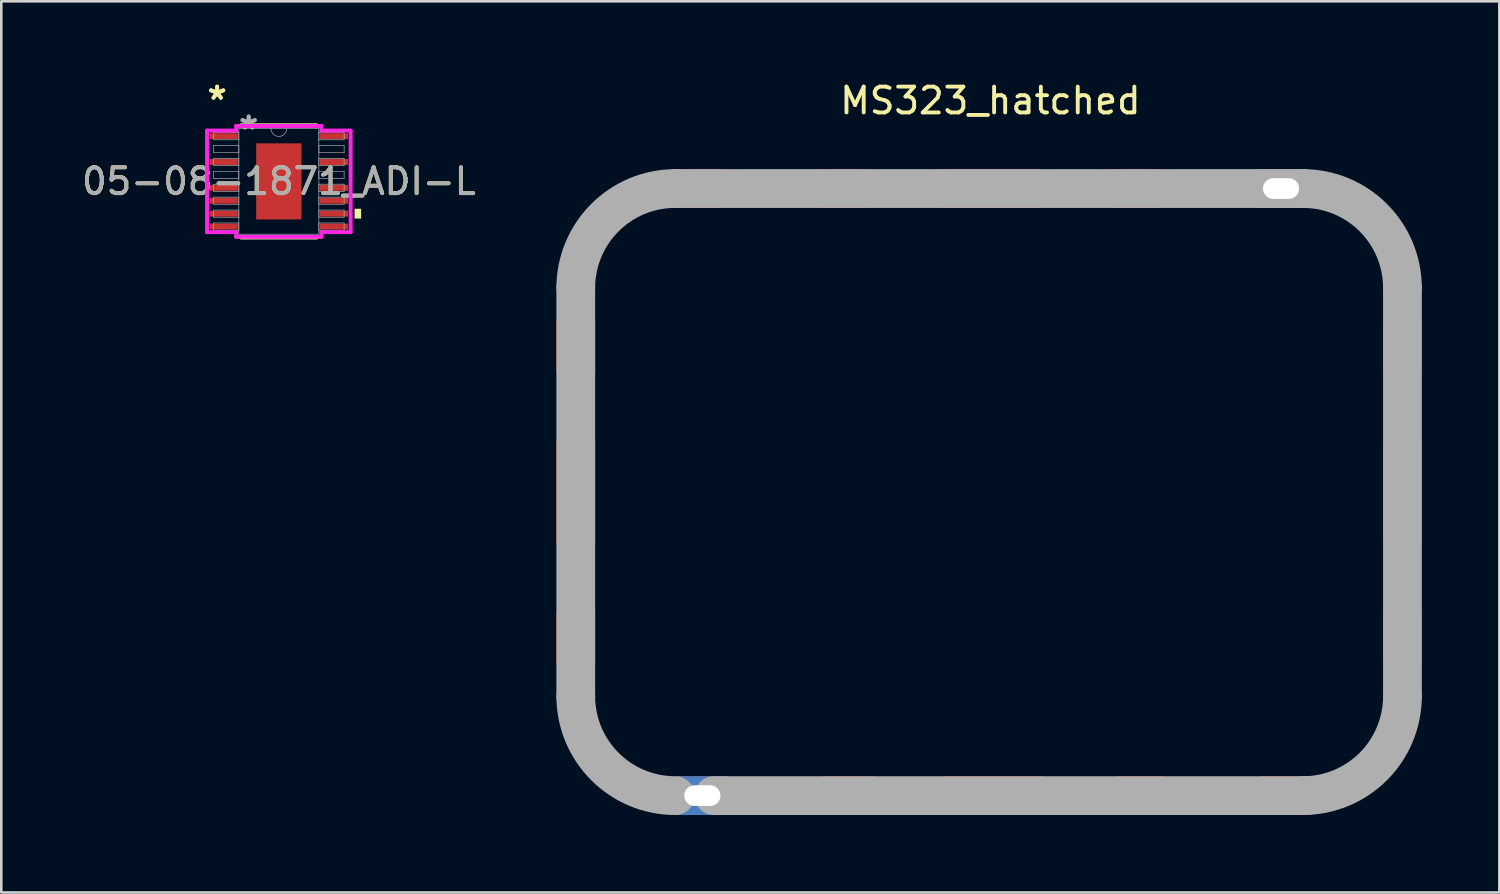
<source format=kicad_pcb>
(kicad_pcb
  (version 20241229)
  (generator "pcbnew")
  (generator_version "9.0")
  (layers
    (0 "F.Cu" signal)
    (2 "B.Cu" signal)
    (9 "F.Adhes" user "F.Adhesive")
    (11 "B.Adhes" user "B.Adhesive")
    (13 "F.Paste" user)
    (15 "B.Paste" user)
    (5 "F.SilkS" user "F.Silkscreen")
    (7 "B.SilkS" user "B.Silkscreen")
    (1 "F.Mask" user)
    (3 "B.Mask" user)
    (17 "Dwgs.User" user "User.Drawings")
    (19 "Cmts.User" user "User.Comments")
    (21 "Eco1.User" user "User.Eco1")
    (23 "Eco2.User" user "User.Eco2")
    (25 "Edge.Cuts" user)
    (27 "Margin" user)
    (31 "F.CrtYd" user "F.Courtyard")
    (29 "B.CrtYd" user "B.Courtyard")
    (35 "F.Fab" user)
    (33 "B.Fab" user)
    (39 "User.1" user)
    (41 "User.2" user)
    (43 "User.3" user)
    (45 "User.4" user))
  (footprint "MS323_hatched"
    (layer "F.Cu")
    (at 19.238 27.748)
    (property "Reference" "MS323_hatched" (at 16.05 -26.9 0) (layer "F.SilkS") (effects (font (size 1 1) (thickness 0.15))))
    (attr through_hole)
    (fp_line (start 0 -20) (end 0 -18.75) (stroke (width 0.12) (type solid)) (layer "F.SilkS"))
    (fp_line (start 0 -16.25) (end 0 -14) (stroke (width 0.12) (type solid)) (layer "F.SilkS"))
    (fp_line (start 0 -9.5) (end 0 -7.25) (stroke (width 0.12) (type solid)) (layer "F.SilkS"))
    (fp_line (start 0 -3.5) (end 0 -4.75) (stroke (width 0.12) (type solid)) (layer "F.SilkS"))
    (fp_line (start 9 -23.5) (end 6 -23.5) (stroke (width 0.12) (type solid)) (layer "F.SilkS"))
    (fp_line (start 9.25 0) (end 6.25 0) (stroke (width 0.12) (type solid)) (layer "F.SilkS"))
    (fp_line (start 13.75 -23.5) (end 11.5 -23.5) (stroke (width 0.12) (type solid)) (layer "F.SilkS"))
    (fp_line (start 14 0) (end 11.75 0) (stroke (width 0.12) (type solid)) (layer "F.SilkS"))
    (fp_line (start 20.5 -23.5) (end 18.25 -23.5) (stroke (width 0.12) (type solid)) (layer "F.SilkS"))
    (fp_line (start 20.75 0) (end 18.5 0) (stroke (width 0.12) (type solid)) (layer "F.SilkS"))
    (fp_line (start 23 -23.5) (end 26 -23.5) (stroke (width 0.12) (type solid)) (layer "F.SilkS"))
    (fp_line (start 23.25 0) (end 26.25 0) (stroke (width 0.12) (type solid)) (layer "F.SilkS"))
    (fp_line (start 32 -20) (end 32 -18.75) (stroke (width 0.12) (type solid)) (layer "F.SilkS"))
    (fp_line (start 32 -16.25) (end 32 -14) (stroke (width 0.12) (type solid)) (layer "F.SilkS"))
    (fp_line (start 32 -9.5) (end 32 -7.25) (stroke (width 0.12) (type solid)) (layer "F.SilkS"))
    (fp_line (start 32 -3.5) (end 32 -4.75) (stroke (width 0.12) (type solid)) (layer "F.SilkS"))
    (fp_arc (start 0 -20) (mid 1.025126 -22.474874) (end 3.5 -23.5) (stroke (width 0.12) (type solid)) (layer "F.SilkS"))
    (fp_arc (start 3.5 0) (mid 1.025126 -1.025126) (end 0 -3.5) (stroke (width 0.12) (type solid)) (layer "F.SilkS"))
    (fp_arc (start 28.5 -23.5) (mid 30.974874 -22.474874) (end 32 -20) (stroke (width 0.12) (type solid)) (layer "F.SilkS"))
    (fp_arc (start 32 -3.5) (mid 31.062209 -1.111878) (end 28.75 0) (stroke (width 0.12) (type solid)) (layer "F.SilkS"))
    (fp_line (start 0 -19.65) (end 0 -3.85) (stroke (width 1.5) (type solid)) (layer "F.Fab"))
    (fp_line (start 3.85 -23.5) (end 28.15 -23.5) (stroke (width 1.5) (type solid)) (layer "F.Fab"))
    (fp_line (start 5.35 0) (end 28.15 0) (stroke (width 1.5) (type solid)) (layer "F.Fab"))
    (fp_line (start 32 -3.85) (end 32 -19.65) (stroke (width 1.5) (type solid)) (layer "F.Fab"))
    (fp_arc (start 0 -19.65) (mid 1.127639 -22.372361) (end 3.85 -23.5) (stroke (width 1.5) (type solid)) (layer "F.Fab"))
    (fp_arc (start 3.85 0) (mid 1.127639 -1.127639) (end 0 -3.85) (stroke (width 1.5) (type solid)) (layer "F.Fab"))
    (fp_arc (start 28.15 -23.5) (mid 30.872361 -22.372361) (end 32 -19.65) (stroke (width 1.5) (type solid)) (layer "F.Fab"))
    (fp_arc (start 32 -3.85) (mid 30.872361 -1.127639) (end 28.15 0) (stroke (width 1.5) (type solid)) (layer "F.Fab"))
    (pad "1" smd rect (at 0 -17.4 90) (size 2 1.5) (layers "F.Cu" "F.Mask" "F.Paste"))
    (pad "1" smd rect (at 0 -11.75 90) (size 4 1.5) (layers "F.Cu" "F.Mask" "F.Paste"))
    (pad "1" smd rect (at 0 -6.1 90) (size 2 1.5) (layers "F.Cu" "F.Mask" "F.Paste"))
    (pad "1" smd rect (at 4.7 -23.5) (size 2 1.5) (layers "F.Cu" "F.Mask" "F.Paste"))
    (pad "1" thru_hole rect (at 4.9 0) (size 2 1.5) (drill oval 1.4 0.8) (layers "*.Cu" "F.Mask") (remove_unused_layers yes) (keep_end_layers yes) (zone_layer_connections))
    (pad "1" smd rect (at 10.35 -23.5) (size 2 1.5) (layers "F.Cu" "F.Mask" "F.Paste"))
    (pad "1" smd rect (at 10.55 0) (size 2 1.5) (layers "F.Cu" "F.Mask" "F.Paste"))
    (pad "1" smd rect (at 16 -23.5) (size 4 1.5) (layers "F.Cu" "F.Mask" "F.Paste"))
    (pad "1" smd rect (at 16.2 0) (size 4 1.5) (layers "F.Cu" "F.Mask" "F.Paste"))
    (pad "1" smd rect (at 21.65 -23.5) (size 2 1.5) (layers "F.Cu" "F.Mask" "F.Paste"))
    (pad "1" smd rect (at 21.85 0) (size 2 1.5) (layers "F.Cu" "F.Mask" "F.Paste"))
    (pad "1" thru_hole rect (at 27.3 -23.5) (size 2 1.5) (drill oval 1.4 0.8) (layers "*.Cu" "F.Mask") (remove_unused_layers yes) (keep_end_layers yes) (zone_layer_connections))
    (pad "1" smd rect (at 27.5 0) (size 2 1.5) (layers "F.Cu" "F.Mask" "F.Paste"))
    (pad "1" smd rect (at 32 -17.4 90) (size 2 1.5) (layers "F.Cu" "F.Mask" "F.Paste"))
    (pad "1" smd rect (at 32 -11.75 90) (size 4 1.5) (layers "F.Cu" "F.Mask" "F.Paste"))
    (pad "1" smd rect (at 32 -6.1 90) (size 2 1.5) (layers "F.Cu" "F.Mask" "F.Paste")))
  (footprint "05-08-1871_ADI-L"
    (layer "F.Cu")
    (at 7.744 3.971)
    (property "Reference" "05-08-1871_ADI-L" (at 0 0 0) (unlocked yes) (layer "F.SilkS") (effects (font (size 1 1) (thickness 0.15))))
    (attr smd)
    (fp_line (start -1.463 2.172) (end 1.463 2.172) (stroke (width 0.152) (type solid)) (layer "F.SilkS"))
    (fp_line (start 1.463 -2.172) (end -1.463 -2.172) (stroke (width 0.152) (type solid)) (layer "F.SilkS"))
    (fp_poly (pts (xy 3.185 1.06) (xy 3.185 1.44) (xy 2.931 1.44) (xy 2.931 1.06)) (stroke (width 0) (type solid)) (fill yes) (layer "F.SilkS"))
    (fp_poly (pts (xy -0.776 -1.373) (xy -0.776 -0.1) (xy 0.776 -0.1) (xy 0.776 -1.373)) (stroke (width 0) (type solid)) (fill yes) (layer "F.Paste"))
    (fp_poly (pts (xy -0.776 0.1) (xy -0.776 1.373) (xy 0.776 1.373) (xy 0.776 0.1)) (stroke (width 0) (type solid)) (fill yes) (layer "F.Paste"))
    (fp_line (start -2.779 -1.966) (end -1.651 -1.966) (stroke (width 0.152) (type solid)) (layer "F.CrtYd"))
    (fp_line (start -2.779 1.966) (end -2.779 -1.966) (stroke (width 0.152) (type solid)) (layer "F.CrtYd"))
    (fp_line (start -2.779 1.966) (end -1.651 1.966) (stroke (width 0.152) (type solid)) (layer "F.CrtYd"))
    (fp_line (start -1.651 -2.146) (end 1.651 -2.146) (stroke (width 0.152) (type solid)) (layer "F.CrtYd"))
    (fp_line (start -1.651 -1.966) (end -1.651 -2.146) (stroke (width 0.152) (type solid)) (layer "F.CrtYd"))
    (fp_line (start -1.651 2.146) (end -1.651 1.966) (stroke (width 0.152) (type solid)) (layer "F.CrtYd"))
    (fp_line (start 1.651 -2.146) (end 1.651 -1.966) (stroke (width 0.152) (type solid)) (layer "F.CrtYd"))
    (fp_line (start 1.651 1.966) (end 1.651 2.146) (stroke (width 0.152) (type solid)) (layer "F.CrtYd"))
    (fp_line (start 1.651 2.146) (end -1.651 2.146) (stroke (width 0.152) (type solid)) (layer "F.CrtYd"))
    (fp_line (start 2.779 -1.966) (end 1.651 -1.966) (stroke (width 0.152) (type solid)) (layer "F.CrtYd"))
    (fp_line (start 2.779 -1.966) (end 2.779 1.966) (stroke (width 0.152) (type solid)) (layer "F.CrtYd"))
    (fp_line (start 2.779 1.966) (end 1.651 1.966) (stroke (width 0.152) (type solid)) (layer "F.CrtYd"))
    (fp_line (start -2.527 -1.89) (end -2.527 -1.61) (stroke (width 0.025) (type solid)) (layer "F.Fab"))
    (fp_line (start -2.527 -1.61) (end -1.549 -1.61) (stroke (width 0.025) (type solid)) (layer "F.Fab"))
    (fp_line (start -2.527 -1.39) (end -2.527 -1.11) (stroke (width 0.025) (type solid)) (layer "F.Fab"))
    (fp_line (start -2.527 -1.11) (end -1.549 -1.11) (stroke (width 0.025) (type solid)) (layer "F.Fab"))
    (fp_line (start -2.527 -0.89) (end -2.527 -0.61) (stroke (width 0.025) (type solid)) (layer "F.Fab"))
    (fp_line (start -2.527 -0.61) (end -1.549 -0.61) (stroke (width 0.025) (type solid)) (layer "F.Fab"))
    (fp_line (start -2.527 -0.39) (end -2.527 -0.11) (stroke (width 0.025) (type solid)) (layer "F.Fab"))
    (fp_line (start -2.527 -0.11) (end -1.549 -0.11) (stroke (width 0.025) (type solid)) (layer "F.Fab"))
    (fp_line (start -2.527 0.11) (end -2.527 0.39) (stroke (width 0.025) (type solid)) (layer "F.Fab"))
    (fp_line (start -2.527 0.39) (end -1.549 0.39) (stroke (width 0.025) (type solid)) (layer "F.Fab"))
    (fp_line (start -2.527 0.61) (end -2.527 0.89) (stroke (width 0.025) (type solid)) (layer "F.Fab"))
    (fp_line (start -2.527 0.89) (end -1.549 0.89) (stroke (width 0.025) (type solid)) (layer "F.Fab"))
    (fp_line (start -2.527 1.11) (end -2.527 1.39) (stroke (width 0.025) (type solid)) (layer "F.Fab"))
    (fp_line (start -2.527 1.39) (end -1.549 1.39) (stroke (width 0.025) (type solid)) (layer "F.Fab"))
    (fp_line (start -2.527 1.61) (end -2.527 1.89) (stroke (width 0.025) (type solid)) (layer "F.Fab"))
    (fp_line (start -2.527 1.89) (end -1.549 1.89) (stroke (width 0.025) (type solid)) (layer "F.Fab"))
    (fp_line (start -1.549 -2.045) (end -1.549 2.045) (stroke (width 0.025) (type solid)) (layer "F.Fab"))
    (fp_line (start -1.549 -1.89) (end -2.527 -1.89) (stroke (width 0.025) (type solid)) (layer "F.Fab"))
    (fp_line (start -1.549 -1.61) (end -1.549 -1.89) (stroke (width 0.025) (type solid)) (layer "F.Fab"))
    (fp_line (start -1.549 -1.39) (end -2.527 -1.39) (stroke (width 0.025) (type solid)) (layer "F.Fab"))
    (fp_line (start -1.549 -1.11) (end -1.549 -1.39) (stroke (width 0.025) (type solid)) (layer "F.Fab"))
    (fp_line (start -1.549 -0.89) (end -2.527 -0.89) (stroke (width 0.025) (type solid)) (layer "F.Fab"))
    (fp_line (start -1.549 -0.61) (end -1.549 -0.89) (stroke (width 0.025) (type solid)) (layer "F.Fab"))
    (fp_line (start -1.549 -0.39) (end -2.527 -0.39) (stroke (width 0.025) (type solid)) (layer "F.Fab"))
    (fp_line (start -1.549 -0.11) (end -1.549 -0.39) (stroke (width 0.025) (type solid)) (layer "F.Fab"))
    (fp_line (start -1.549 0.11) (end -2.527 0.11) (stroke (width 0.025) (type solid)) (layer "F.Fab"))
    (fp_line (start -1.549 0.39) (end -1.549 0.11) (stroke (width 0.025) (type solid)) (layer "F.Fab"))
    (fp_line (start -1.549 0.61) (end -2.527 0.61) (stroke (width 0.025) (type solid)) (layer "F.Fab"))
    (fp_line (start -1.549 0.89) (end -1.549 0.61) (stroke (width 0.025) (type solid)) (layer "F.Fab"))
    (fp_line (start -1.549 1.11) (end -2.527 1.11) (stroke (width 0.025) (type solid)) (layer "F.Fab"))
    (fp_line (start -1.549 1.39) (end -1.549 1.11) (stroke (width 0.025) (type solid)) (layer "F.Fab"))
    (fp_line (start -1.549 1.61) (end -2.527 1.61) (stroke (width 0.025) (type solid)) (layer "F.Fab"))
    (fp_line (start -1.549 1.89) (end -1.549 1.61) (stroke (width 0.025) (type solid)) (layer "F.Fab"))
    (fp_line (start -1.549 2.045) (end 1.549 2.045) (stroke (width 0.025) (type solid)) (layer "F.Fab"))
    (fp_line (start 1.549 -2.045) (end -1.549 -2.045) (stroke (width 0.025) (type solid)) (layer "F.Fab"))
    (fp_line (start 1.549 -1.89) (end 1.549 -1.61) (stroke (width 0.025) (type solid)) (layer "F.Fab"))
    (fp_line (start 1.549 -1.61) (end 2.527 -1.61) (stroke (width 0.025) (type solid)) (layer "F.Fab"))
    (fp_line (start 1.549 -1.39) (end 1.549 -1.11) (stroke (width 0.025) (type solid)) (layer "F.Fab"))
    (fp_line (start 1.549 -1.11) (end 2.527 -1.11) (stroke (width 0.025) (type solid)) (layer "F.Fab"))
    (fp_line (start 1.549 -0.89) (end 1.549 -0.61) (stroke (width 0.025) (type solid)) (layer "F.Fab"))
    (fp_line (start 1.549 -0.61) (end 2.527 -0.61) (stroke (width 0.025) (type solid)) (layer "F.Fab"))
    (fp_line (start 1.549 -0.39) (end 1.549 -0.11) (stroke (width 0.025) (type solid)) (layer "F.Fab"))
    (fp_line (start 1.549 -0.11) (end 2.527 -0.11) (stroke (width 0.025) (type solid)) (layer "F.Fab"))
    (fp_line (start 1.549 0.11) (end 1.549 0.39) (stroke (width 0.025) (type solid)) (layer "F.Fab"))
    (fp_line (start 1.549 0.39) (end 2.527 0.39) (stroke (width 0.025) (type solid)) (layer "F.Fab"))
    (fp_line (start 1.549 0.61) (end 1.549 0.89) (stroke (width 0.025) (type solid)) (layer "F.Fab"))
    (fp_line (start 1.549 0.89) (end 2.527 0.89) (stroke (width 0.025) (type solid)) (layer "F.Fab"))
    (fp_line (start 1.549 1.11) (end 1.549 1.39) (stroke (width 0.025) (type solid)) (layer "F.Fab"))
    (fp_line (start 1.549 1.39) (end 2.527 1.39) (stroke (width 0.025) (type solid)) (layer "F.Fab"))
    (fp_line (start 1.549 1.61) (end 1.549 1.89) (stroke (width 0.025) (type solid)) (layer "F.Fab"))
    (fp_line (start 1.549 1.89) (end 2.527 1.89) (stroke (width 0.025) (type solid)) (layer "F.Fab"))
    (fp_line (start 1.549 2.045) (end 1.549 -2.045) (stroke (width 0.025) (type solid)) (layer "F.Fab"))
    (fp_line (start 2.527 -1.89) (end 1.549 -1.89) (stroke (width 0.025) (type solid)) (layer "F.Fab"))
    (fp_line (start 2.527 -1.61) (end 2.527 -1.89) (stroke (width 0.025) (type solid)) (layer "F.Fab"))
    (fp_line (start 2.527 -1.39) (end 1.549 -1.39) (stroke (width 0.025) (type solid)) (layer "F.Fab"))
    (fp_line (start 2.527 -1.11) (end 2.527 -1.39) (stroke (width 0.025) (type solid)) (layer "F.Fab"))
    (fp_line (start 2.527 -0.89) (end 1.549 -0.89) (stroke (width 0.025) (type solid)) (layer "F.Fab"))
    (fp_line (start 2.527 -0.61) (end 2.527 -0.89) (stroke (width 0.025) (type solid)) (layer "F.Fab"))
    (fp_line (start 2.527 -0.39) (end 1.549 -0.39) (stroke (width 0.025) (type solid)) (layer "F.Fab"))
    (fp_line (start 2.527 -0.11) (end 2.527 -0.39) (stroke (width 0.025) (type solid)) (layer "F.Fab"))
    (fp_line (start 2.527 0.11) (end 1.549 0.11) (stroke (width 0.025) (type solid)) (layer "F.Fab"))
    (fp_line (start 2.527 0.39) (end 2.527 0.11) (stroke (width 0.025) (type solid)) (layer "F.Fab"))
    (fp_line (start 2.527 0.61) (end 1.549 0.61) (stroke (width 0.025) (type solid)) (layer "F.Fab"))
    (fp_line (start 2.527 0.89) (end 2.527 0.61) (stroke (width 0.025) (type solid)) (layer "F.Fab"))
    (fp_line (start 2.527 1.11) (end 1.549 1.11) (stroke (width 0.025) (type solid)) (layer "F.Fab"))
    (fp_line (start 2.527 1.39) (end 2.527 1.11) (stroke (width 0.025) (type solid)) (layer "F.Fab"))
    (fp_line (start 2.527 1.61) (end 1.549 1.61) (stroke (width 0.025) (type solid)) (layer "F.Fab"))
    (fp_line (start 2.527 1.89) (end 2.527 1.61) (stroke (width 0.025) (type solid)) (layer "F.Fab"))
    (fp_arc (start 0.3048 -2.0447) (mid 0 -1.7399) (end -0.3048 -2.0447) (stroke (width 0.0254) (type solid)) (layer "F.Fab"))
    (fp_text user "*" (at -2.388 -3.122 0) (unlocked yes) (layer "F.SilkS") (effects (font (size 1 1) (thickness 0.15))))
    (fp_text user "*" (at -2.388 -3.122 0) (layer "F.SilkS") (effects (font (size 1 1) (thickness 0.15))))
    (fp_text user "*" (at -1.168 -1.968 0) (unlocked yes) (layer "F.Fab") (effects (font (size 1 1) (thickness 0.15))))
    (fp_text user "${REFERENCE}" (at 0 0 0) (unlocked yes) (layer "F.Fab") (effects (font (size 1 1) (thickness 0.15))))
    (fp_text user "*" (at -1.168 -1.968 0) (layer "F.Fab") (effects (font (size 1 1) (thickness 0.15))))
    (pad "1" smd rect (at -2.134 -1.75) (size 1.086 0.229) (layers "F.Cu" "F.Mask" "F.Paste"))
    (pad "3" smd rect (at -2.134 -0.75) (size 1.086 0.229) (layers "F.Cu" "F.Mask" "F.Paste"))
    (pad "5" smd rect (at -2.134 0.25) (size 1.086 0.229) (layers "F.Cu" "F.Mask" "F.Paste"))
    (pad "6" smd rect (at -2.134 0.75) (size 1.086 0.229) (layers "F.Cu" "F.Mask" "F.Paste"))
    (pad "7" smd rect (at -2.134 1.25) (size 1.086 0.229) (layers "F.Cu" "F.Mask" "F.Paste"))
    (pad "8" smd rect (at -2.134 1.75) (size 1.086 0.229) (layers "F.Cu" "F.Mask" "F.Paste"))
    (pad "9" smd rect (at 2.134 1.75) (size 1.086 0.229) (layers "F.Cu" "F.Mask" "F.Paste"))
    (pad "10" smd rect (at 2.134 1.25) (size 1.086 0.229) (layers "F.Cu" "F.Mask" "F.Paste"))
    (pad "11" smd rect (at 2.134 0.75) (size 1.086 0.229) (layers "F.Cu" "F.Mask" "F.Paste"))
    (pad "12" smd rect (at 2.134 0.25) (size 1.086 0.229) (layers "F.Cu" "F.Mask" "F.Paste"))
    (pad "14" smd rect (at 2.134 -0.75) (size 1.086 0.229) (layers "F.Cu" "F.Mask" "F.Paste"))
    (pad "16" smd rect (at 2.134 -1.75) (size 1.086 0.229) (layers "F.Cu" "F.Mask" "F.Paste"))
    (pad "17" smd rect (at 0 0) (size 1.753 2.946) (layers "F.Cu" "F.Mask")))
  (gr_rect
    (start -3 -3)
    (end 54.988 31.498)
    (stroke (width 0.1) (type default))
    (fill no)
    (layer "Edge.Cuts")))
</source>
